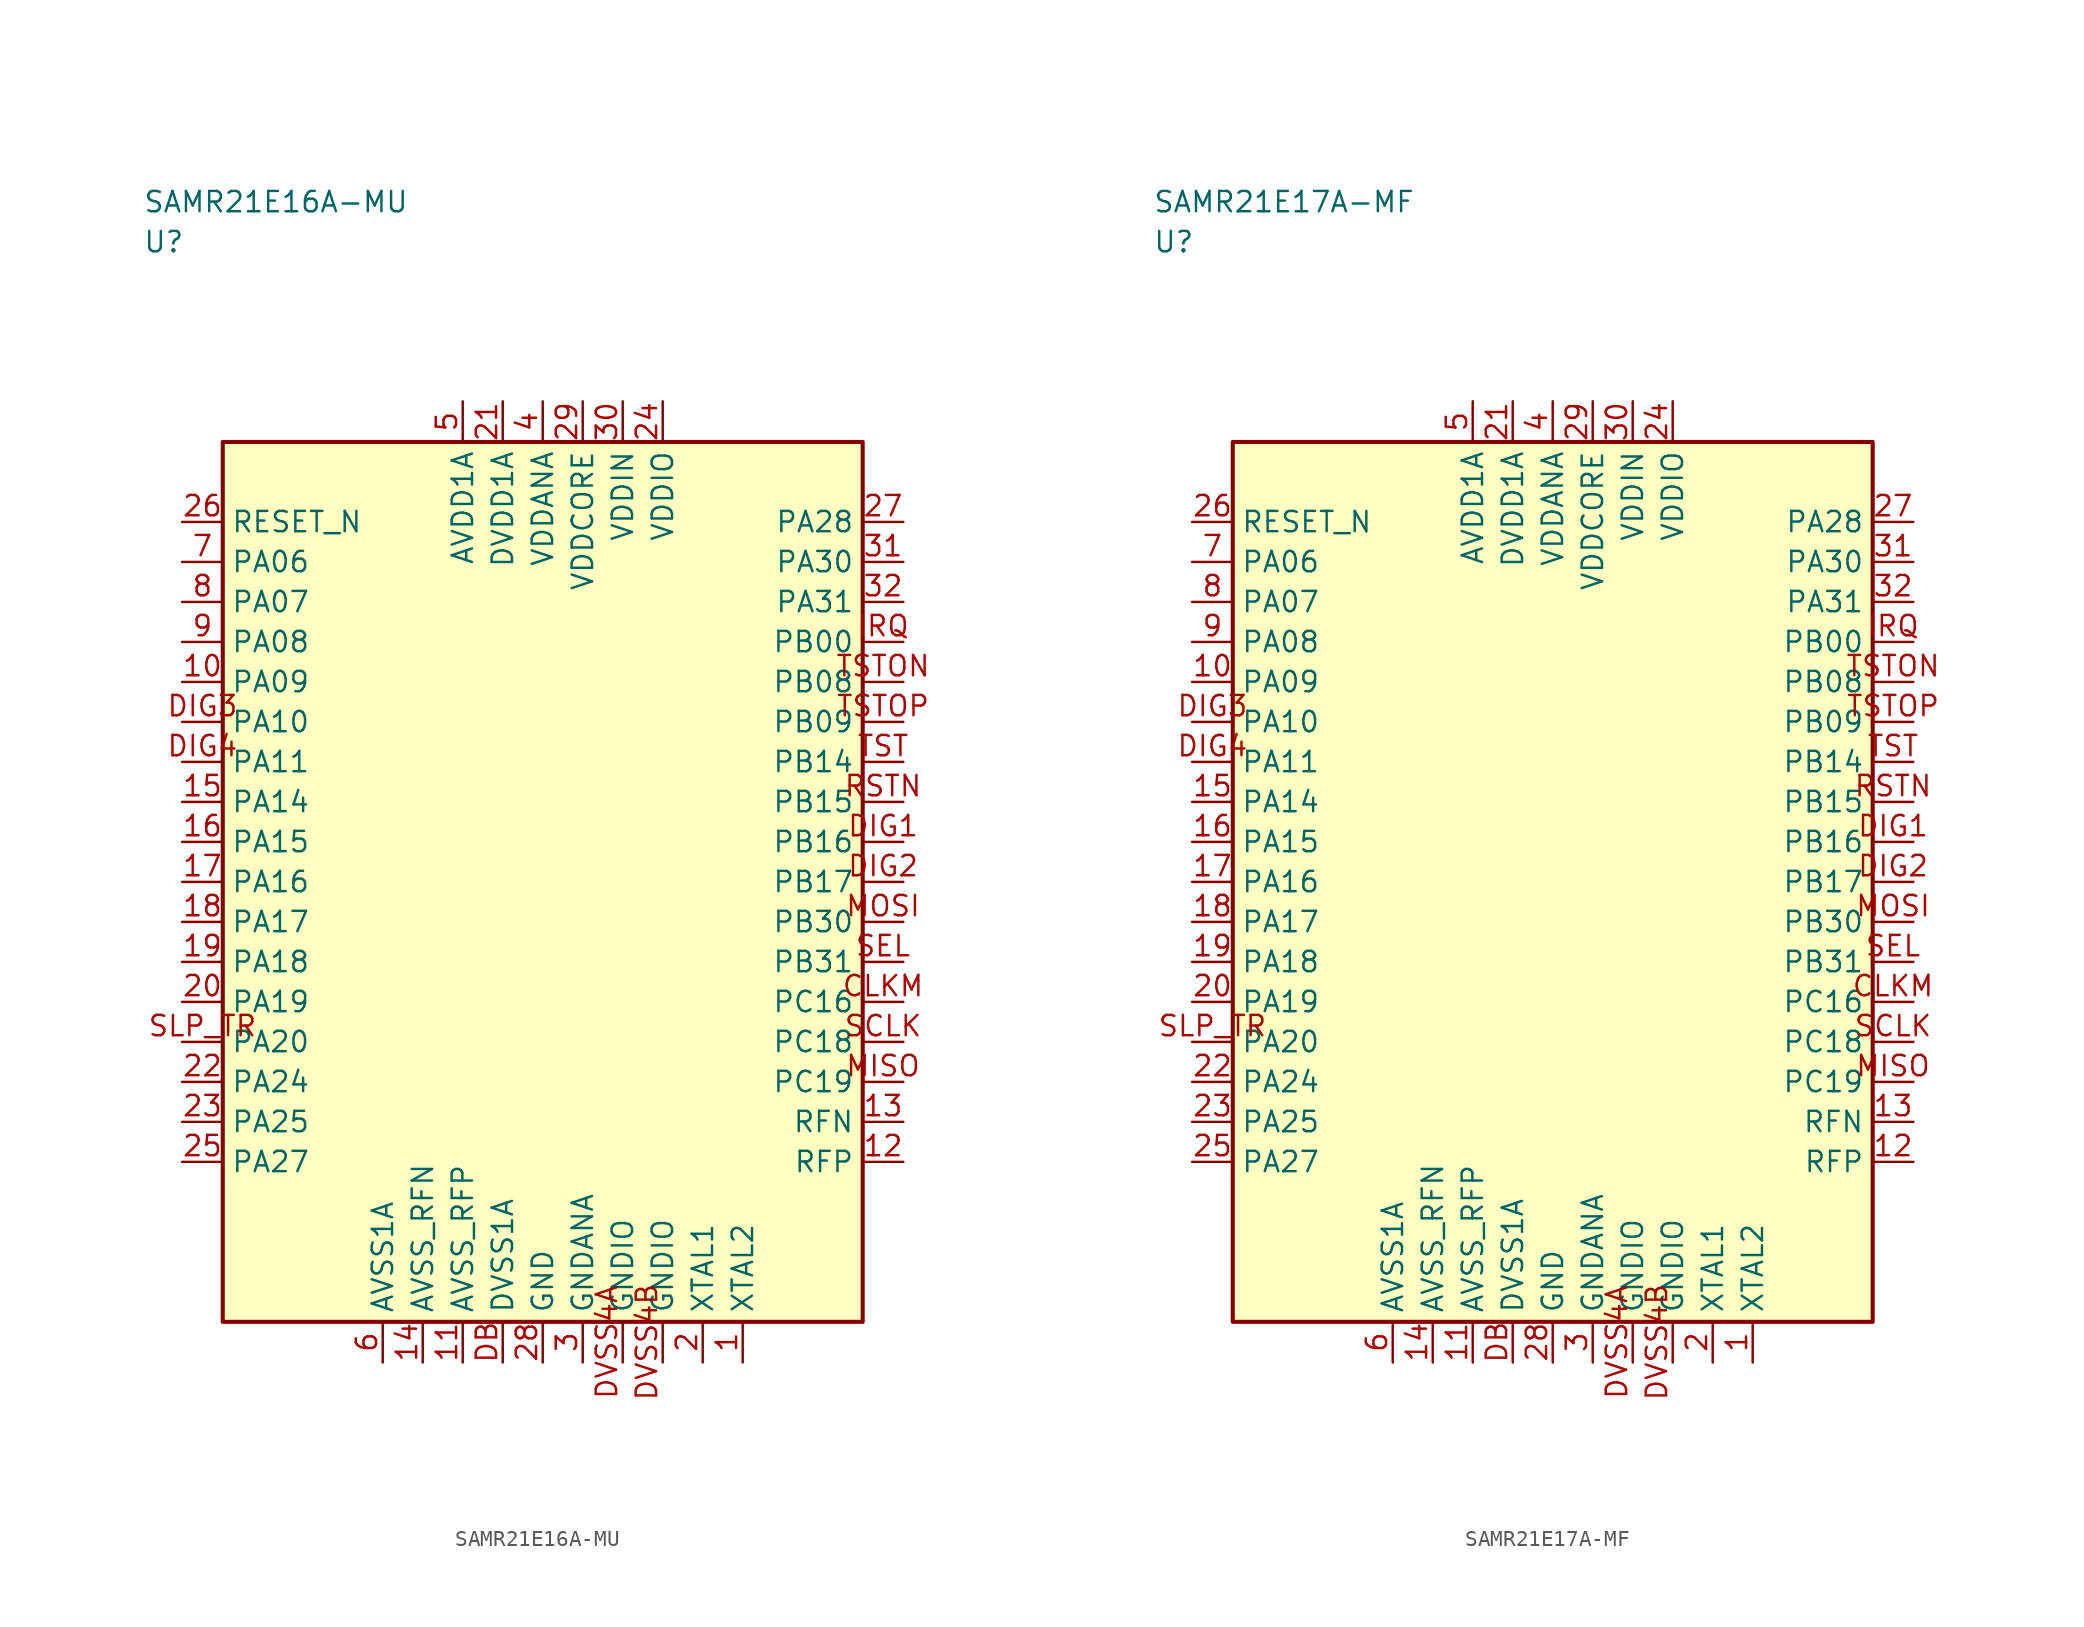
<source format=kicad_sym>
(kicad_symbol_lib
  (version 20241025)
  (generator "kicad_symbol_editor")
  (generator_version "8.0")
  (symbol "SAMR21E16A-MU"
    (property "Reference" "U"
      (at -25.0 40.0 0)
      (effects (font (size 1.27 1.27)) (justify left)))
    (property "Value" "SAMR21E16A-MU"
      (at -25.0 42.5 0)
      (effects (font (size 1.27 1.27)) (justify left)))
    (symbol "SAMR21E16A-MU_0_1"
      (rectangle (start -20.0 27.5) (end 20.0 -27.5) (stroke (width 0.254) (type default)) (fill (type background))))
    (symbol "SAMR21E16A-MU_1_1"
      (pin passive line (at 12.5 -30.04 90.0) (length 2.54) (name "XTAL2" (effects (font (size 1.27 1.27)))) (number "1" (effects (font (size 1.27 1.27)))))
      (pin passive line (at 10.0 -30.04 90.0) (length 2.54) (name "XTAL1" (effects (font (size 1.27 1.27)))) (number "2" (effects (font (size 1.27 1.27)))))
      (pin passive line (at 2.5 -30.04 90.0) (length 2.54) (name "GNDANA" (effects (font (size 1.27 1.27)))) (number "3" (effects (font (size 1.27 1.27)))))
      (pin power_in line (at 0.0 30.04 270.0) (length 2.54) (name "VDDANA" (effects (font (size 1.27 1.27)))) (number "4" (effects (font (size 1.27 1.27)))))
      (pin power_in line (at -5.0 30.04 270.0) (length 2.54) (name "AVDD1A" (effects (font (size 1.27 1.27)))) (number "5" (effects (font (size 1.27 1.27)))))
      (pin passive line (at -10.0 -30.04 90.0) (length 2.54) (name "AVSS1A" (effects (font (size 1.27 1.27)))) (number "6" (effects (font (size 1.27 1.27)))))
      (pin bidirectional line (at -22.54 20.0 0.0) (length 2.54) (name "PA06" (effects (font (size 1.27 1.27)))) (number "7" (effects (font (size 1.27 1.27)))))
      (pin bidirectional line (at -22.54 17.5 0.0) (length 2.54) (name "PA07" (effects (font (size 1.27 1.27)))) (number "8" (effects (font (size 1.27 1.27)))))
      (pin bidirectional line (at -22.54 15.0 0.0) (length 2.54) (name "PA08" (effects (font (size 1.27 1.27)))) (number "9" (effects (font (size 1.27 1.27)))))
      (pin bidirectional line (at -22.54 12.5 0.0) (length 2.54) (name "PA09" (effects (font (size 1.27 1.27)))) (number "10" (effects (font (size 1.27 1.27)))))
      (pin passive line (at -5.0 -30.04 90.0) (length 2.54) (name "AVSS_RFP" (effects (font (size 1.27 1.27)))) (number "11" (effects (font (size 1.27 1.27)))))
      (pin bidirectional line (at 22.54 -17.5 180.0) (length 2.54) (name "RFP" (effects (font (size 1.27 1.27)))) (number "12" (effects (font (size 1.27 1.27)))))
      (pin bidirectional line (at 22.54 -15.0 180.0) (length 2.54) (name "RFN" (effects (font (size 1.27 1.27)))) (number "13" (effects (font (size 1.27 1.27)))))
      (pin passive line (at -7.5 -30.04 90.0) (length 2.54) (name "AVSS_RFN" (effects (font (size 1.27 1.27)))) (number "14" (effects (font (size 1.27 1.27)))))
      (pin bidirectional line (at -22.54 5.0 0.0) (length 2.54) (name "PA14" (effects (font (size 1.27 1.27)))) (number "15" (effects (font (size 1.27 1.27)))))
      (pin bidirectional line (at -22.54 2.5 0.0) (length 2.54) (name "PA15" (effects (font (size 1.27 1.27)))) (number "16" (effects (font (size 1.27 1.27)))))
      (pin bidirectional line (at -22.54 0.0 0.0) (length 2.54) (name "PA16" (effects (font (size 1.27 1.27)))) (number "17" (effects (font (size 1.27 1.27)))))
      (pin bidirectional line (at -22.54 -2.5 0.0) (length 2.54) (name "PA17" (effects (font (size 1.27 1.27)))) (number "18" (effects (font (size 1.27 1.27)))))
      (pin bidirectional line (at -22.54 -5.0 0.0) (length 2.54) (name "PA18" (effects (font (size 1.27 1.27)))) (number "19" (effects (font (size 1.27 1.27)))))
      (pin bidirectional line (at -22.54 -7.5 0.0) (length 2.54) (name "PA19" (effects (font (size 1.27 1.27)))) (number "20" (effects (font (size 1.27 1.27)))))
      (pin power_in line (at -2.5 30.04 270.0) (length 2.54) (name "DVDD1A" (effects (font (size 1.27 1.27)))) (number "21" (effects (font (size 1.27 1.27)))))
      (pin bidirectional line (at -22.54 -12.5 0.0) (length 2.54) (name "PA24" (effects (font (size 1.27 1.27)))) (number "22" (effects (font (size 1.27 1.27)))))
      (pin bidirectional line (at -22.54 -15.0 0.0) (length 2.54) (name "PA25" (effects (font (size 1.27 1.27)))) (number "23" (effects (font (size 1.27 1.27)))))
      (pin power_in line (at 7.5 30.04 270.0) (length 2.54) (name "VDDIO" (effects (font (size 1.27 1.27)))) (number "24" (effects (font (size 1.27 1.27)))))
      (pin bidirectional line (at -22.54 -17.5 0.0) (length 2.54) (name "PA27" (effects (font (size 1.27 1.27)))) (number "25" (effects (font (size 1.27 1.27)))))
      (pin input line (at -22.54 22.5 0.0) (length 2.54) (name "RESET_N" (effects (font (size 1.27 1.27)))) (number "26" (effects (font (size 1.27 1.27)))))
      (pin bidirectional line (at 22.54 22.5 180.0) (length 2.54) (name "PA28" (effects (font (size 1.27 1.27)))) (number "27" (effects (font (size 1.27 1.27)))))
      (pin passive line (at 0.0 -30.04 90.0) (length 2.54) (name "GND" (effects (font (size 1.27 1.27)))) (number "28" (effects (font (size 1.27 1.27)))))
      (pin power_in line (at 2.5 30.04 270.0) (length 2.54) (name "VDDCORE" (effects (font (size 1.27 1.27)))) (number "29" (effects (font (size 1.27 1.27)))))
      (pin power_in line (at 5.0 30.04 270.0) (length 2.54) (name "VDDIN" (effects (font (size 1.27 1.27)))) (number "30" (effects (font (size 1.27 1.27)))))
      (pin bidirectional line (at 22.54 20.0 180.0) (length 2.54) (name "PA30" (effects (font (size 1.27 1.27)))) (number "31" (effects (font (size 1.27 1.27)))))
      (pin bidirectional line (at 22.54 17.5 180.0) (length 2.54) (name "PA31" (effects (font (size 1.27 1.27)))) (number "32" (effects (font (size 1.27 1.27)))))
      (pin bidirectional line (at 22.54 -7.5 180.0) (length 2.54) (name "PC16" (effects (font (size 1.27 1.27)))) (number "CLKM" (effects (font (size 1.27 1.27)))))
      (pin passive line (at -2.5 -30.04 90.0) (length 2.54) (name "DVSS1A" (effects (font (size 1.27 1.27)))) (number "DB" (effects (font (size 1.27 1.27)))))
      (pin bidirectional line (at 22.54 2.5 180.0) (length 2.54) (name "PB16" (effects (font (size 1.27 1.27)))) (number "DIG1" (effects (font (size 1.27 1.27)))))
      (pin bidirectional line (at 22.54 0.0 180.0) (length 2.54) (name "PB17" (effects (font (size 1.27 1.27)))) (number "DIG2" (effects (font (size 1.27 1.27)))))
      (pin bidirectional line (at -22.54 10.0 0.0) (length 2.54) (name "PA10" (effects (font (size 1.27 1.27)))) (number "DIG3" (effects (font (size 1.27 1.27)))))
      (pin bidirectional line (at -22.54 7.5 0.0) (length 2.54) (name "PA11" (effects (font (size 1.27 1.27)))) (number "DIG4" (effects (font (size 1.27 1.27)))))
      (pin passive line (at 5.0 -30.04 90.0) (length 2.54) (name "GNDIO" (effects (font (size 1.27 1.27)))) (number "DVSS4A" (effects (font (size 1.27 1.27)))))
      (pin passive line (at 7.5 -30.04 90.0) (length 2.54) (name "GNDIO" (effects (font (size 1.27 1.27)))) (number "DVSS4B" (effects (font (size 1.27 1.27)))))
      (pin bidirectional line (at 22.54 15.0 180.0) (length 2.54) (name "PB00" (effects (font (size 1.27 1.27)))) (number "IRQ" (effects (font (size 1.27 1.27)))))
      (pin bidirectional line (at 22.54 -12.5 180.0) (length 2.54) (name "PC19" (effects (font (size 1.27 1.27)))) (number "MISO" (effects (font (size 1.27 1.27)))))
      (pin bidirectional line (at 22.54 -2.5 180.0) (length 2.54) (name "PB30" (effects (font (size 1.27 1.27)))) (number "MOSI" (effects (font (size 1.27 1.27)))))
      (pin bidirectional line (at 22.54 5.0 180.0) (length 2.54) (name "PB15" (effects (font (size 1.27 1.27)))) (number "RSTN" (effects (font (size 1.27 1.27)))))
      (pin bidirectional line (at 22.54 -10.0 180.0) (length 2.54) (name "PC18" (effects (font (size 1.27 1.27)))) (number "SCLK" (effects (font (size 1.27 1.27)))))
      (pin bidirectional line (at 22.54 -5.0 180.0) (length 2.54) (name "PB31" (effects (font (size 1.27 1.27)))) (number "SEL" (effects (font (size 1.27 1.27)))))
      (pin bidirectional line (at -22.54 -10.0 0.0) (length 2.54) (name "PA20" (effects (font (size 1.27 1.27)))) (number "SLP_TR" (effects (font (size 1.27 1.27)))))
      (pin bidirectional line (at 22.54 7.5 180.0) (length 2.54) (name "PB14" (effects (font (size 1.27 1.27)))) (number "TST" (effects (font (size 1.27 1.27)))))
      (pin bidirectional line (at 22.54 12.5 180.0) (length 2.54) (name "PB08" (effects (font (size 1.27 1.27)))) (number "TSTON" (effects (font (size 1.27 1.27)))))
      (pin bidirectional line (at 22.54 10.0 180.0) (length 2.54) (name "PB09" (effects (font (size 1.27 1.27)))) (number "TSTOP" (effects (font (size 1.27 1.27)))))))
  (symbol "SAMR21E17A-MF"
    (property "Reference" "U"
      (at -25.0 40.0 0)
      (effects (font (size 1.27 1.27)) (justify left)))
    (property "Value" "SAMR21E17A-MF"
      (at -25.0 42.5 0)
      (effects (font (size 1.27 1.27)) (justify left)))
    (symbol "SAMR21E17A-MF_0_1"
      (rectangle (start -20.0 27.5) (end 20.0 -27.5) (stroke (width 0.254) (type default)) (fill (type background))))
    (symbol "SAMR21E17A-MF_1_1"
      (pin passive line (at 12.5 -30.04 90.0) (length 2.54) (name "XTAL2" (effects (font (size 1.27 1.27)))) (number "1" (effects (font (size 1.27 1.27)))))
      (pin passive line (at 10.0 -30.04 90.0) (length 2.54) (name "XTAL1" (effects (font (size 1.27 1.27)))) (number "2" (effects (font (size 1.27 1.27)))))
      (pin passive line (at 2.5 -30.04 90.0) (length 2.54) (name "GNDANA" (effects (font (size 1.27 1.27)))) (number "3" (effects (font (size 1.27 1.27)))))
      (pin power_in line (at 0.0 30.04 270.0) (length 2.54) (name "VDDANA" (effects (font (size 1.27 1.27)))) (number "4" (effects (font (size 1.27 1.27)))))
      (pin power_in line (at -5.0 30.04 270.0) (length 2.54) (name "AVDD1A" (effects (font (size 1.27 1.27)))) (number "5" (effects (font (size 1.27 1.27)))))
      (pin passive line (at -10.0 -30.04 90.0) (length 2.54) (name "AVSS1A" (effects (font (size 1.27 1.27)))) (number "6" (effects (font (size 1.27 1.27)))))
      (pin bidirectional line (at -22.54 20.0 0.0) (length 2.54) (name "PA06" (effects (font (size 1.27 1.27)))) (number "7" (effects (font (size 1.27 1.27)))))
      (pin bidirectional line (at -22.54 17.5 0.0) (length 2.54) (name "PA07" (effects (font (size 1.27 1.27)))) (number "8" (effects (font (size 1.27 1.27)))))
      (pin bidirectional line (at -22.54 15.0 0.0) (length 2.54) (name "PA08" (effects (font (size 1.27 1.27)))) (number "9" (effects (font (size 1.27 1.27)))))
      (pin bidirectional line (at -22.54 12.5 0.0) (length 2.54) (name "PA09" (effects (font (size 1.27 1.27)))) (number "10" (effects (font (size 1.27 1.27)))))
      (pin passive line (at -5.0 -30.04 90.0) (length 2.54) (name "AVSS_RFP" (effects (font (size 1.27 1.27)))) (number "11" (effects (font (size 1.27 1.27)))))
      (pin bidirectional line (at 22.54 -17.5 180.0) (length 2.54) (name "RFP" (effects (font (size 1.27 1.27)))) (number "12" (effects (font (size 1.27 1.27)))))
      (pin bidirectional line (at 22.54 -15.0 180.0) (length 2.54) (name "RFN" (effects (font (size 1.27 1.27)))) (number "13" (effects (font (size 1.27 1.27)))))
      (pin passive line (at -7.5 -30.04 90.0) (length 2.54) (name "AVSS_RFN" (effects (font (size 1.27 1.27)))) (number "14" (effects (font (size 1.27 1.27)))))
      (pin bidirectional line (at -22.54 5.0 0.0) (length 2.54) (name "PA14" (effects (font (size 1.27 1.27)))) (number "15" (effects (font (size 1.27 1.27)))))
      (pin bidirectional line (at -22.54 2.5 0.0) (length 2.54) (name "PA15" (effects (font (size 1.27 1.27)))) (number "16" (effects (font (size 1.27 1.27)))))
      (pin bidirectional line (at -22.54 0.0 0.0) (length 2.54) (name "PA16" (effects (font (size 1.27 1.27)))) (number "17" (effects (font (size 1.27 1.27)))))
      (pin bidirectional line (at -22.54 -2.5 0.0) (length 2.54) (name "PA17" (effects (font (size 1.27 1.27)))) (number "18" (effects (font (size 1.27 1.27)))))
      (pin bidirectional line (at -22.54 -5.0 0.0) (length 2.54) (name "PA18" (effects (font (size 1.27 1.27)))) (number "19" (effects (font (size 1.27 1.27)))))
      (pin bidirectional line (at -22.54 -7.5 0.0) (length 2.54) (name "PA19" (effects (font (size 1.27 1.27)))) (number "20" (effects (font (size 1.27 1.27)))))
      (pin power_in line (at -2.5 30.04 270.0) (length 2.54) (name "DVDD1A" (effects (font (size 1.27 1.27)))) (number "21" (effects (font (size 1.27 1.27)))))
      (pin bidirectional line (at -22.54 -12.5 0.0) (length 2.54) (name "PA24" (effects (font (size 1.27 1.27)))) (number "22" (effects (font (size 1.27 1.27)))))
      (pin bidirectional line (at -22.54 -15.0 0.0) (length 2.54) (name "PA25" (effects (font (size 1.27 1.27)))) (number "23" (effects (font (size 1.27 1.27)))))
      (pin power_in line (at 7.5 30.04 270.0) (length 2.54) (name "VDDIO" (effects (font (size 1.27 1.27)))) (number "24" (effects (font (size 1.27 1.27)))))
      (pin bidirectional line (at -22.54 -17.5 0.0) (length 2.54) (name "PA27" (effects (font (size 1.27 1.27)))) (number "25" (effects (font (size 1.27 1.27)))))
      (pin input line (at -22.54 22.5 0.0) (length 2.54) (name "RESET_N" (effects (font (size 1.27 1.27)))) (number "26" (effects (font (size 1.27 1.27)))))
      (pin bidirectional line (at 22.54 22.5 180.0) (length 2.54) (name "PA28" (effects (font (size 1.27 1.27)))) (number "27" (effects (font (size 1.27 1.27)))))
      (pin passive line (at 0.0 -30.04 90.0) (length 2.54) (name "GND" (effects (font (size 1.27 1.27)))) (number "28" (effects (font (size 1.27 1.27)))))
      (pin power_in line (at 2.5 30.04 270.0) (length 2.54) (name "VDDCORE" (effects (font (size 1.27 1.27)))) (number "29" (effects (font (size 1.27 1.27)))))
      (pin power_in line (at 5.0 30.04 270.0) (length 2.54) (name "VDDIN" (effects (font (size 1.27 1.27)))) (number "30" (effects (font (size 1.27 1.27)))))
      (pin bidirectional line (at 22.54 20.0 180.0) (length 2.54) (name "PA30" (effects (font (size 1.27 1.27)))) (number "31" (effects (font (size 1.27 1.27)))))
      (pin bidirectional line (at 22.54 17.5 180.0) (length 2.54) (name "PA31" (effects (font (size 1.27 1.27)))) (number "32" (effects (font (size 1.27 1.27)))))
      (pin bidirectional line (at 22.54 -7.5 180.0) (length 2.54) (name "PC16" (effects (font (size 1.27 1.27)))) (number "CLKM" (effects (font (size 1.27 1.27)))))
      (pin passive line (at -2.5 -30.04 90.0) (length 2.54) (name "DVSS1A" (effects (font (size 1.27 1.27)))) (number "DB" (effects (font (size 1.27 1.27)))))
      (pin bidirectional line (at 22.54 2.5 180.0) (length 2.54) (name "PB16" (effects (font (size 1.27 1.27)))) (number "DIG1" (effects (font (size 1.27 1.27)))))
      (pin bidirectional line (at 22.54 0.0 180.0) (length 2.54) (name "PB17" (effects (font (size 1.27 1.27)))) (number "DIG2" (effects (font (size 1.27 1.27)))))
      (pin bidirectional line (at -22.54 10.0 0.0) (length 2.54) (name "PA10" (effects (font (size 1.27 1.27)))) (number "DIG3" (effects (font (size 1.27 1.27)))))
      (pin bidirectional line (at -22.54 7.5 0.0) (length 2.54) (name "PA11" (effects (font (size 1.27 1.27)))) (number "DIG4" (effects (font (size 1.27 1.27)))))
      (pin passive line (at 5.0 -30.04 90.0) (length 2.54) (name "GNDIO" (effects (font (size 1.27 1.27)))) (number "DVSS4A" (effects (font (size 1.27 1.27)))))
      (pin passive line (at 7.5 -30.04 90.0) (length 2.54) (name "GNDIO" (effects (font (size 1.27 1.27)))) (number "DVSS4B" (effects (font (size 1.27 1.27)))))
      (pin bidirectional line (at 22.54 15.0 180.0) (length 2.54) (name "PB00" (effects (font (size 1.27 1.27)))) (number "IRQ" (effects (font (size 1.27 1.27)))))
      (pin bidirectional line (at 22.54 -12.5 180.0) (length 2.54) (name "PC19" (effects (font (size 1.27 1.27)))) (number "MISO" (effects (font (size 1.27 1.27)))))
      (pin bidirectional line (at 22.54 -2.5 180.0) (length 2.54) (name "PB30" (effects (font (size 1.27 1.27)))) (number "MOSI" (effects (font (size 1.27 1.27)))))
      (pin bidirectional line (at 22.54 5.0 180.0) (length 2.54) (name "PB15" (effects (font (size 1.27 1.27)))) (number "RSTN" (effects (font (size 1.27 1.27)))))
      (pin bidirectional line (at 22.54 -10.0 180.0) (length 2.54) (name "PC18" (effects (font (size 1.27 1.27)))) (number "SCLK" (effects (font (size 1.27 1.27)))))
      (pin bidirectional line (at 22.54 -5.0 180.0) (length 2.54) (name "PB31" (effects (font (size 1.27 1.27)))) (number "SEL" (effects (font (size 1.27 1.27)))))
      (pin bidirectional line (at -22.54 -10.0 0.0) (length 2.54) (name "PA20" (effects (font (size 1.27 1.27)))) (number "SLP_TR" (effects (font (size 1.27 1.27)))))
      (pin bidirectional line (at 22.54 7.5 180.0) (length 2.54) (name "PB14" (effects (font (size 1.27 1.27)))) (number "TST" (effects (font (size 1.27 1.27)))))
      (pin bidirectional line (at 22.54 12.5 180.0) (length 2.54) (name "PB08" (effects (font (size 1.27 1.27)))) (number "TSTON" (effects (font (size 1.27 1.27)))))
      (pin bidirectional line (at 22.54 10.0 180.0) (length 2.54) (name "PB09" (effects (font (size 1.27 1.27)))) (number "TSTOP" (effects (font (size 1.27 1.27))))))))
</source>
